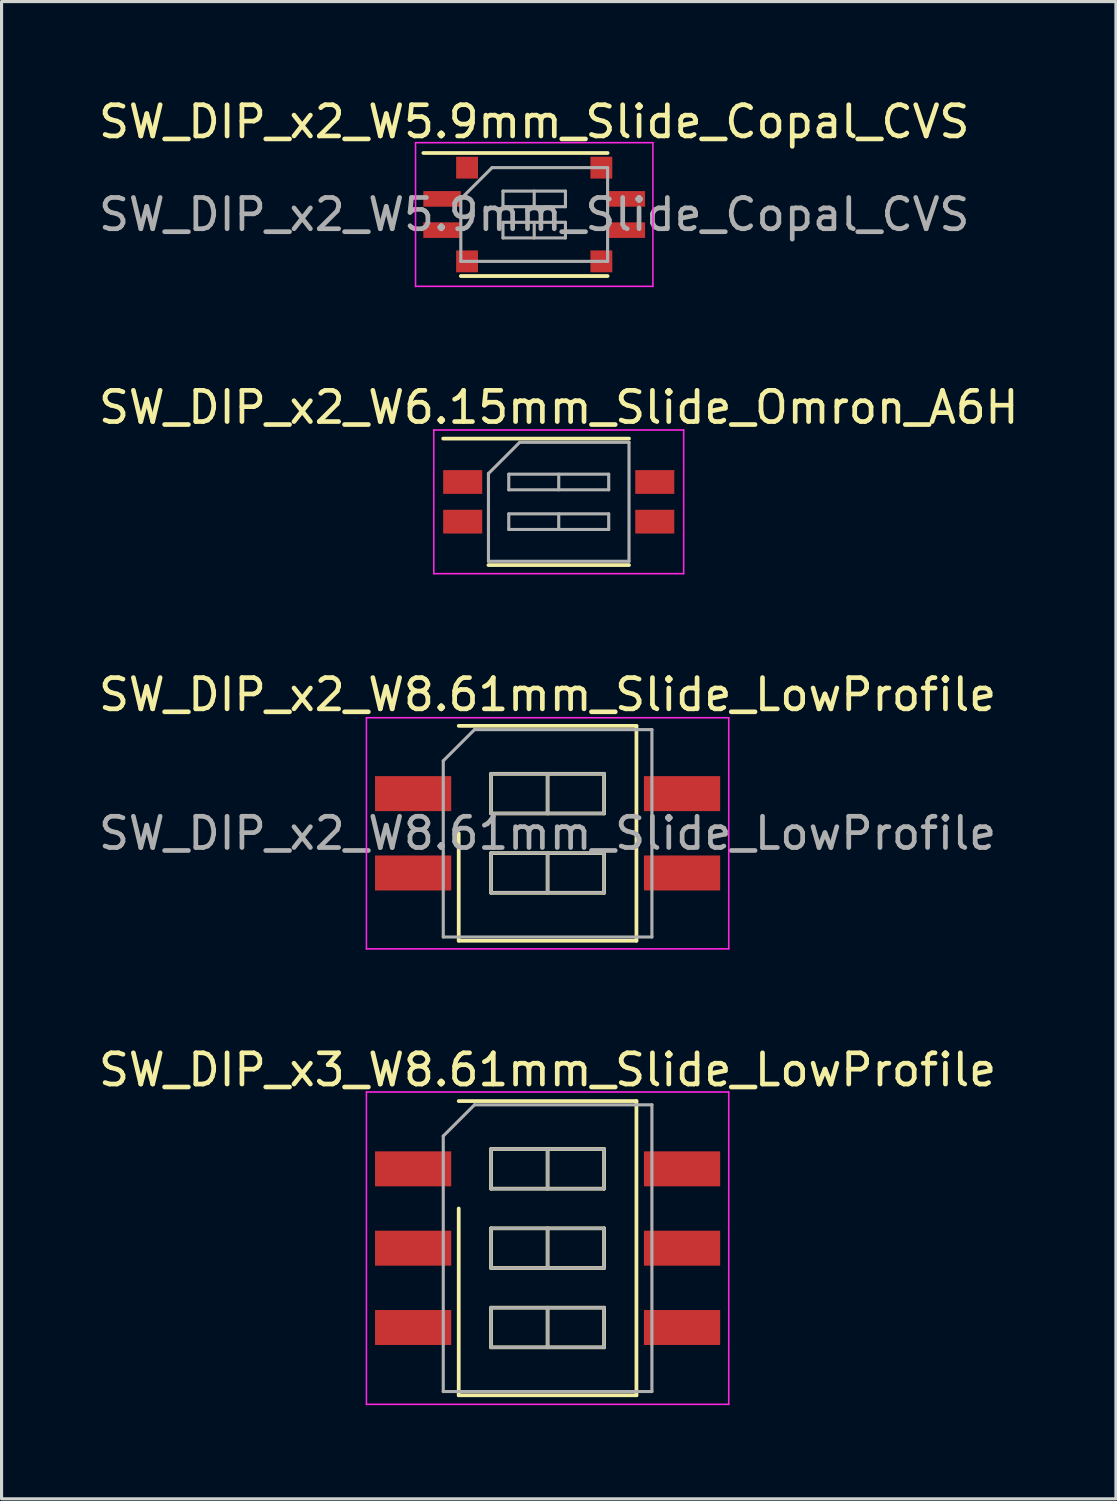
<source format=kicad_pcb>
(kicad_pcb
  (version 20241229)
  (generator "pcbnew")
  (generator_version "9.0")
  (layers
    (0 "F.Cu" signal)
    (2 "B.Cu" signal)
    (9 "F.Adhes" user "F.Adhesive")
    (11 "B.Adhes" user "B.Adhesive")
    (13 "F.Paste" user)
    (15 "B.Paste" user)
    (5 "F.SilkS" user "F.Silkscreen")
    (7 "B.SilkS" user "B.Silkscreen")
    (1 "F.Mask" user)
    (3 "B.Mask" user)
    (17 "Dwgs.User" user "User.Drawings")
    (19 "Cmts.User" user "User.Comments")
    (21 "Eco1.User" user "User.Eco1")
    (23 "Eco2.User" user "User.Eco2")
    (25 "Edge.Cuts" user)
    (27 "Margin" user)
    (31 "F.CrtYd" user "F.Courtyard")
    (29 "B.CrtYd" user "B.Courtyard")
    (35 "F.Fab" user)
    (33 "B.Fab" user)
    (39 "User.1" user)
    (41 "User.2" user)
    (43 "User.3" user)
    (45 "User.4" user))
  (footprint "SW_DIP_x2_W5.9mm_Slide_Copal_CVS"
    (layer "F.Cu")
    (at 14.054 3.818)
    (property "Reference" "SW_DIP_x2_W5.9mm_Slide_Copal_CVS" (at 0 -2.97 0) (layer "F.SilkS") (effects (font (size 1 1) (thickness 0.15))))
    (attr smd)
    (fp_line (start -3.55 -1.97) (end 2.35 -1.97) (stroke (width 0.12) (type solid)) (layer "F.SilkS"))
    (fp_line (start -2.35 1.97) (end 2.35 1.97) (stroke (width 0.12) (type solid)) (layer "F.SilkS"))
    (fp_line (start -3.8 -2.3) (end -3.8 2.3) (stroke (width 0.05) (type solid)) (layer "F.CrtYd"))
    (fp_line (start -3.8 2.3) (end 3.8 2.3) (stroke (width 0.05) (type solid)) (layer "F.CrtYd"))
    (fp_line (start 3.8 -2.3) (end -3.8 -2.3) (stroke (width 0.05) (type solid)) (layer "F.CrtYd"))
    (fp_line (start 3.8 2.3) (end 3.8 -2.3) (stroke (width 0.05) (type solid)) (layer "F.CrtYd"))
    (fp_line (start -2.35 -0.5) (end -1.35 -1.5) (stroke (width 0.1) (type solid)) (layer "F.Fab"))
    (fp_line (start -2.35 1.5) (end -2.35 -0.5) (stroke (width 0.1) (type solid)) (layer "F.Fab"))
    (fp_line (start -1.35 -1.5) (end 2.35 -1.5) (stroke (width 0.1) (type solid)) (layer "F.Fab"))
    (fp_line (start -1 -0.75) (end -1 -0.25) (stroke (width 0.1) (type solid)) (layer "F.Fab"))
    (fp_line (start -1 -0.25) (end 1 -0.25) (stroke (width 0.1) (type solid)) (layer "F.Fab"))
    (fp_line (start -1 0.25) (end -1 0.75) (stroke (width 0.1) (type solid)) (layer "F.Fab"))
    (fp_line (start -1 0.75) (end 1 0.75) (stroke (width 0.1) (type solid)) (layer "F.Fab"))
    (fp_line (start 0 -0.75) (end 0 -0.25) (stroke (width 0.1) (type solid)) (layer "F.Fab"))
    (fp_line (start 0 0.25) (end 0 0.75) (stroke (width 0.1) (type solid)) (layer "F.Fab"))
    (fp_line (start 1 -0.75) (end -1 -0.75) (stroke (width 0.1) (type solid)) (layer "F.Fab"))
    (fp_line (start 1 -0.25) (end 1 -0.75) (stroke (width 0.1) (type solid)) (layer "F.Fab"))
    (fp_line (start 1 0.25) (end -1 0.25) (stroke (width 0.1) (type solid)) (layer "F.Fab"))
    (fp_line (start 1 0.75) (end 1 0.25) (stroke (width 0.1) (type solid)) (layer "F.Fab"))
    (fp_line (start 2.35 -1.5) (end 2.35 1.5) (stroke (width 0.1) (type solid)) (layer "F.Fab"))
    (fp_line (start 2.35 1.5) (end -2.35 1.5) (stroke (width 0.1) (type solid)) (layer "F.Fab"))
    (fp_text user "${REFERENCE}" (at 0 0 0) (layer "F.Fab") (effects (font (size 1 1) (thickness 0.15))))
    (pad "1" smd rect (at -2.95 -0.5) (size 1.2 0.5) (layers "F.Cu" "F.Mask" "F.Paste"))
    (pad "2" smd rect (at -2.95 0.5) (size 1.2 0.5) (layers "F.Cu" "F.Mask" "F.Paste"))
    (pad "3" smd rect (at 2.95 0.5) (size 1.2 0.5) (layers "F.Cu" "F.Mask" "F.Paste"))
    (pad "4" smd rect (at 2.95 -0.5) (size 1.2 0.5) (layers "F.Cu" "F.Mask" "F.Paste"))
    (pad "5" smd rect (at -2.15 -1.5) (size 0.7 0.7) (layers "F.Cu" "F.Mask" "F.Paste"))
    (pad "5" smd rect (at -2.15 1.5) (size 0.7 0.7) (layers "F.Cu" "F.Mask" "F.Paste"))
    (pad "5" smd rect (at 2.15 -1.5) (size 0.7 0.7) (layers "F.Cu" "F.Mask" "F.Paste"))
    (pad "5" smd rect (at 2.15 1.5) (size 0.7 0.7) (layers "F.Cu" "F.Mask" "F.Paste")))
  (footprint "SW_DIP_x3_W8.61mm_Slide_LowProfile"
    (layer "F.Cu")
    (at 14.482 36.913)
    (property "Reference" "SW_DIP_x3_W8.61mm_Slide_LowProfile" (at 0 -5.71 0) (layer "F.SilkS") (effects (font (size 1 1) (thickness 0.15))))
    (attr smd)
    (fp_line (start -2.845 -4.71) (end 2.845 -4.71) (stroke (width 0.12) (type solid)) (layer "F.SilkS"))
    (fp_line (start -2.845 4.71) (end -2.845 -1.27) (stroke (width 0.12) (type solid)) (layer "F.SilkS"))
    (fp_line (start -1.81 -3.175) (end -1.81 -1.905) (stroke (width 0.12) (type solid)) (layer "F.SilkS"))
    (fp_line (start -1.81 -1.905) (end 1.81 -1.905) (stroke (width 0.12) (type solid)) (layer "F.SilkS"))
    (fp_line (start -1.81 -0.635) (end -1.81 0.635) (stroke (width 0.12) (type solid)) (layer "F.SilkS"))
    (fp_line (start -1.81 0.635) (end 1.81 0.635) (stroke (width 0.12) (type solid)) (layer "F.SilkS"))
    (fp_line (start -1.81 1.905) (end -1.81 3.175) (stroke (width 0.12) (type solid)) (layer "F.SilkS"))
    (fp_line (start -1.81 3.175) (end 1.81 3.175) (stroke (width 0.12) (type solid)) (layer "F.SilkS"))
    (fp_line (start 0 -3.175) (end 0 -1.905) (stroke (width 0.12) (type solid)) (layer "F.SilkS"))
    (fp_line (start 0 -0.635) (end 0 0.635) (stroke (width 0.12) (type solid)) (layer "F.SilkS"))
    (fp_line (start 0 1.905) (end 0 3.175) (stroke (width 0.12) (type solid)) (layer "F.SilkS"))
    (fp_line (start 1.81 -3.175) (end -1.81 -3.175) (stroke (width 0.12) (type solid)) (layer "F.SilkS"))
    (fp_line (start 1.81 -1.905) (end 1.81 -3.175) (stroke (width 0.12) (type solid)) (layer "F.SilkS"))
    (fp_line (start 1.81 -0.635) (end -1.81 -0.635) (stroke (width 0.12) (type solid)) (layer "F.SilkS"))
    (fp_line (start 1.81 0.635) (end 1.81 -0.635) (stroke (width 0.12) (type solid)) (layer "F.SilkS"))
    (fp_line (start 1.81 1.905) (end -1.81 1.905) (stroke (width 0.12) (type solid)) (layer "F.SilkS"))
    (fp_line (start 1.81 3.175) (end 1.81 1.905) (stroke (width 0.12) (type solid)) (layer "F.SilkS"))
    (fp_line (start 2.845 -4.71) (end 2.845 4.71) (stroke (width 0.12) (type solid)) (layer "F.SilkS"))
    (fp_line (start 2.845 4.71) (end -2.845 4.71) (stroke (width 0.12) (type solid)) (layer "F.SilkS"))
    (fp_line (start -5.8 -5) (end -5.8 5) (stroke (width 0.05) (type solid)) (layer "F.CrtYd"))
    (fp_line (start -5.8 5) (end 5.8 5) (stroke (width 0.05) (type solid)) (layer "F.CrtYd"))
    (fp_line (start 5.8 -5) (end -5.8 -5) (stroke (width 0.05) (type solid)) (layer "F.CrtYd"))
    (fp_line (start 5.8 5) (end 5.8 -5) (stroke (width 0.05) (type solid)) (layer "F.CrtYd"))
    (fp_line (start -3.34 -3.59) (end -2.34 -4.59) (stroke (width 0.1) (type solid)) (layer "F.Fab"))
    (fp_line (start -3.34 4.59) (end -3.34 -3.59) (stroke (width 0.1) (type solid)) (layer "F.Fab"))
    (fp_line (start -2.34 -4.59) (end 3.34 -4.59) (stroke (width 0.1) (type solid)) (layer "F.Fab"))
    (fp_line (start -1.81 -3.175) (end -1.81 -1.905) (stroke (width 0.1) (type solid)) (layer "F.Fab"))
    (fp_line (start -1.81 -1.905) (end 1.81 -1.905) (stroke (width 0.1) (type solid)) (layer "F.Fab"))
    (fp_line (start -1.81 -0.635) (end -1.81 0.635) (stroke (width 0.1) (type solid)) (layer "F.Fab"))
    (fp_line (start -1.81 0.635) (end 1.81 0.635) (stroke (width 0.1) (type solid)) (layer "F.Fab"))
    (fp_line (start -1.81 1.905) (end -1.81 3.175) (stroke (width 0.1) (type solid)) (layer "F.Fab"))
    (fp_line (start -1.81 3.175) (end 1.81 3.175) (stroke (width 0.1) (type solid)) (layer "F.Fab"))
    (fp_line (start 0 -3.175) (end 0 -1.905) (stroke (width 0.1) (type solid)) (layer "F.Fab"))
    (fp_line (start 0 -0.635) (end 0 0.635) (stroke (width 0.1) (type solid)) (layer "F.Fab"))
    (fp_line (start 0 1.905) (end 0 3.175) (stroke (width 0.1) (type solid)) (layer "F.Fab"))
    (fp_line (start 1.81 -3.175) (end -1.81 -3.175) (stroke (width 0.1) (type solid)) (layer "F.Fab"))
    (fp_line (start 1.81 -1.905) (end 1.81 -3.175) (stroke (width 0.1) (type solid)) (layer "F.Fab"))
    (fp_line (start 1.81 -0.635) (end -1.81 -0.635) (stroke (width 0.1) (type solid)) (layer "F.Fab"))
    (fp_line (start 1.81 0.635) (end 1.81 -0.635) (stroke (width 0.1) (type solid)) (layer "F.Fab"))
    (fp_line (start 1.81 1.905) (end -1.81 1.905) (stroke (width 0.1) (type solid)) (layer "F.Fab"))
    (fp_line (start 1.81 3.175) (end 1.81 1.905) (stroke (width 0.1) (type solid)) (layer "F.Fab"))
    (fp_line (start 3.34 -4.59) (end 3.34 4.59) (stroke (width 0.1) (type solid)) (layer "F.Fab"))
    (fp_line (start 3.34 4.59) (end -3.34 4.59) (stroke (width 0.1) (type solid)) (layer "F.Fab"))
    (pad "1" smd rect (at -4.305 -2.54) (size 2.44 1.12) (layers "F.Cu" "F.Mask" "F.Paste"))
    (pad "2" smd rect (at -4.305 0) (size 2.44 1.12) (layers "F.Cu" "F.Mask" "F.Paste"))
    (pad "3" smd rect (at -4.305 2.54) (size 2.44 1.12) (layers "F.Cu" "F.Mask" "F.Paste"))
    (pad "4" smd rect (at 4.305 2.54) (size 2.44 1.12) (layers "F.Cu" "F.Mask" "F.Paste"))
    (pad "5" smd rect (at 4.305 0) (size 2.44 1.12) (layers "F.Cu" "F.Mask" "F.Paste"))
    (pad "6" smd rect (at 4.305 -2.54) (size 2.44 1.12) (layers "F.Cu" "F.Mask" "F.Paste")))
  (footprint "SW_DIP_x2_W8.61mm_Slide_LowProfile"
    (layer "F.Cu")
    (at 14.482 23.63)
    (property "Reference" "SW_DIP_x2_W8.61mm_Slide_LowProfile" (at 0 -4.44 0) (layer "F.SilkS") (effects (font (size 1 1) (thickness 0.15))))
    (attr smd)
    (fp_line (start -2.845 -3.44) (end 2.845 -3.44) (stroke (width 0.12) (type solid)) (layer "F.SilkS"))
    (fp_line (start -2.845 3.44) (end -2.845 0) (stroke (width 0.12) (type solid)) (layer "F.SilkS"))
    (fp_line (start -1.81 -1.905) (end -1.81 -0.635) (stroke (width 0.12) (type solid)) (layer "F.SilkS"))
    (fp_line (start -1.81 -0.635) (end 1.81 -0.635) (stroke (width 0.12) (type solid)) (layer "F.SilkS"))
    (fp_line (start -1.81 0.635) (end -1.81 1.905) (stroke (width 0.12) (type solid)) (layer "F.SilkS"))
    (fp_line (start -1.81 1.905) (end 1.81 1.905) (stroke (width 0.12) (type solid)) (layer "F.SilkS"))
    (fp_line (start 0 -1.905) (end 0 -0.635) (stroke (width 0.12) (type solid)) (layer "F.SilkS"))
    (fp_line (start 0 0.635) (end 0 1.905) (stroke (width 0.12) (type solid)) (layer "F.SilkS"))
    (fp_line (start 1.81 -1.905) (end -1.81 -1.905) (stroke (width 0.12) (type solid)) (layer "F.SilkS"))
    (fp_line (start 1.81 -0.635) (end 1.81 -1.905) (stroke (width 0.12) (type solid)) (layer "F.SilkS"))
    (fp_line (start 1.81 0.635) (end -1.81 0.635) (stroke (width 0.12) (type solid)) (layer "F.SilkS"))
    (fp_line (start 1.81 1.905) (end 1.81 0.635) (stroke (width 0.12) (type solid)) (layer "F.SilkS"))
    (fp_line (start 2.845 -3.44) (end 2.845 3.44) (stroke (width 0.12) (type solid)) (layer "F.SilkS"))
    (fp_line (start 2.845 3.44) (end -2.845 3.44) (stroke (width 0.12) (type solid)) (layer "F.SilkS"))
    (fp_line (start -5.8 -3.7) (end -5.8 3.7) (stroke (width 0.05) (type solid)) (layer "F.CrtYd"))
    (fp_line (start -5.8 3.7) (end 5.8 3.7) (stroke (width 0.05) (type solid)) (layer "F.CrtYd"))
    (fp_line (start 5.8 -3.7) (end -5.8 -3.7) (stroke (width 0.05) (type solid)) (layer "F.CrtYd"))
    (fp_line (start 5.8 3.7) (end 5.8 -3.7) (stroke (width 0.05) (type solid)) (layer "F.CrtYd"))
    (fp_line (start -3.34 -2.32) (end -2.34 -3.32) (stroke (width 0.1) (type solid)) (layer "F.Fab"))
    (fp_line (start -3.34 3.32) (end -3.34 -2.32) (stroke (width 0.1) (type solid)) (layer "F.Fab"))
    (fp_line (start -2.34 -3.32) (end 3.34 -3.32) (stroke (width 0.1) (type solid)) (layer "F.Fab"))
    (fp_line (start -1.81 -1.905) (end -1.81 -0.635) (stroke (width 0.1) (type solid)) (layer "F.Fab"))
    (fp_line (start -1.81 -0.635) (end 1.81 -0.635) (stroke (width 0.1) (type solid)) (layer "F.Fab"))
    (fp_line (start -1.81 0.635) (end -1.81 1.905) (stroke (width 0.1) (type solid)) (layer "F.Fab"))
    (fp_line (start -1.81 1.905) (end 1.81 1.905) (stroke (width 0.1) (type solid)) (layer "F.Fab"))
    (fp_line (start 0 -1.905) (end 0 -0.635) (stroke (width 0.1) (type solid)) (layer "F.Fab"))
    (fp_line (start 0 0.635) (end 0 1.905) (stroke (width 0.1) (type solid)) (layer "F.Fab"))
    (fp_line (start 1.81 -1.905) (end -1.81 -1.905) (stroke (width 0.1) (type solid)) (layer "F.Fab"))
    (fp_line (start 1.81 -0.635) (end 1.81 -1.905) (stroke (width 0.1) (type solid)) (layer "F.Fab"))
    (fp_line (start 1.81 0.635) (end -1.81 0.635) (stroke (width 0.1) (type solid)) (layer "F.Fab"))
    (fp_line (start 1.81 1.905) (end 1.81 0.635) (stroke (width 0.1) (type solid)) (layer "F.Fab"))
    (fp_line (start 3.34 -3.32) (end 3.34 3.32) (stroke (width 0.1) (type solid)) (layer "F.Fab"))
    (fp_line (start 3.34 3.32) (end -3.34 3.32) (stroke (width 0.1) (type solid)) (layer "F.Fab"))
    (fp_text user "${REFERENCE}" (at 0 0 0) (layer "F.Fab") (effects (font (size 1 1) (thickness 0.15))))
    (pad "1" smd rect (at -4.305 -1.27) (size 2.44 1.12) (layers "F.Cu" "F.Mask" "F.Paste"))
    (pad "2" smd rect (at -4.305 1.27) (size 2.44 1.12) (layers "F.Cu" "F.Mask" "F.Paste"))
    (pad "3" smd rect (at 4.305 1.27) (size 2.44 1.12) (layers "F.Cu" "F.Mask" "F.Paste"))
    (pad "4" smd rect (at 4.305 -1.27) (size 2.44 1.12) (layers "F.Cu" "F.Mask" "F.Paste")))
  (footprint "SW_DIP_x2_W6.15mm_Slide_Omron_A6H"
    (layer "F.Cu")
    (at 14.839 13.017)
    (property "Reference" "SW_DIP_x2_W6.15mm_Slide_Omron_A6H" (at 0 -3.025 0) (layer "F.SilkS") (effects (font (size 1 1) (thickness 0.15))))
    (attr smd)
    (fp_line (start -3.7 -2.025) (end 2.25 -2.025) (stroke (width 0.12) (type solid)) (layer "F.SilkS"))
    (fp_line (start -2.25 2.025) (end 2.25 2.025) (stroke (width 0.12) (type solid)) (layer "F.SilkS"))
    (fp_line (start -4 -2.3) (end -4 2.3) (stroke (width 0.05) (type solid)) (layer "F.CrtYd"))
    (fp_line (start -4 2.3) (end 4 2.3) (stroke (width 0.05) (type solid)) (layer "F.CrtYd"))
    (fp_line (start 4 -2.3) (end -4 -2.3) (stroke (width 0.05) (type solid)) (layer "F.CrtYd"))
    (fp_line (start 4 2.3) (end 4 -2.3) (stroke (width 0.05) (type solid)) (layer "F.CrtYd"))
    (fp_line (start -2.25 -0.905) (end -1.25 -1.905) (stroke (width 0.1) (type solid)) (layer "F.Fab"))
    (fp_line (start -2.25 1.905) (end -2.25 -0.905) (stroke (width 0.1) (type solid)) (layer "F.Fab"))
    (fp_line (start -1.6 -0.885) (end -1.6 -0.385) (stroke (width 0.1) (type solid)) (layer "F.Fab"))
    (fp_line (start -1.6 -0.385) (end 1.6 -0.385) (stroke (width 0.1) (type solid)) (layer "F.Fab"))
    (fp_line (start -1.6 0.385) (end -1.6 0.885) (stroke (width 0.1) (type solid)) (layer "F.Fab"))
    (fp_line (start -1.6 0.885) (end 1.6 0.885) (stroke (width 0.1) (type solid)) (layer "F.Fab"))
    (fp_line (start -1.25 -1.905) (end 2.25 -1.905) (stroke (width 0.1) (type solid)) (layer "F.Fab"))
    (fp_line (start 0 -0.885) (end 0 -0.385) (stroke (width 0.1) (type solid)) (layer "F.Fab"))
    (fp_line (start 0 0.385) (end 0 0.885) (stroke (width 0.1) (type solid)) (layer "F.Fab"))
    (fp_line (start 1.6 -0.885) (end -1.6 -0.885) (stroke (width 0.1) (type solid)) (layer "F.Fab"))
    (fp_line (start 1.6 -0.385) (end 1.6 -0.885) (stroke (width 0.1) (type solid)) (layer "F.Fab"))
    (fp_line (start 1.6 0.385) (end -1.6 0.385) (stroke (width 0.1) (type solid)) (layer "F.Fab"))
    (fp_line (start 1.6 0.885) (end 1.6 0.385) (stroke (width 0.1) (type solid)) (layer "F.Fab"))
    (fp_line (start 2.25 -1.905) (end 2.25 1.905) (stroke (width 0.1) (type solid)) (layer "F.Fab"))
    (fp_line (start 2.25 1.905) (end -2.25 1.905) (stroke (width 0.1) (type solid)) (layer "F.Fab"))
    (pad "1" smd rect (at -3.075 -0.635) (size 1.25 0.76) (layers "F.Cu" "F.Mask" "F.Paste"))
    (pad "2" smd rect (at -3.075 0.635) (size 1.25 0.76) (layers "F.Cu" "F.Mask" "F.Paste"))
    (pad "3" smd rect (at 3.075 0.635) (size 1.25 0.76) (layers "F.Cu" "F.Mask" "F.Paste"))
    (pad "4" smd rect (at 3.075 -0.635) (size 1.25 0.76) (layers "F.Cu" "F.Mask" "F.Paste")))
  (gr_rect
    (start -3 -3)
    (end 32.679 44.938)
    (stroke (width 0.1) (type default))
    (fill no)
    (layer "Edge.Cuts")))
</source>
